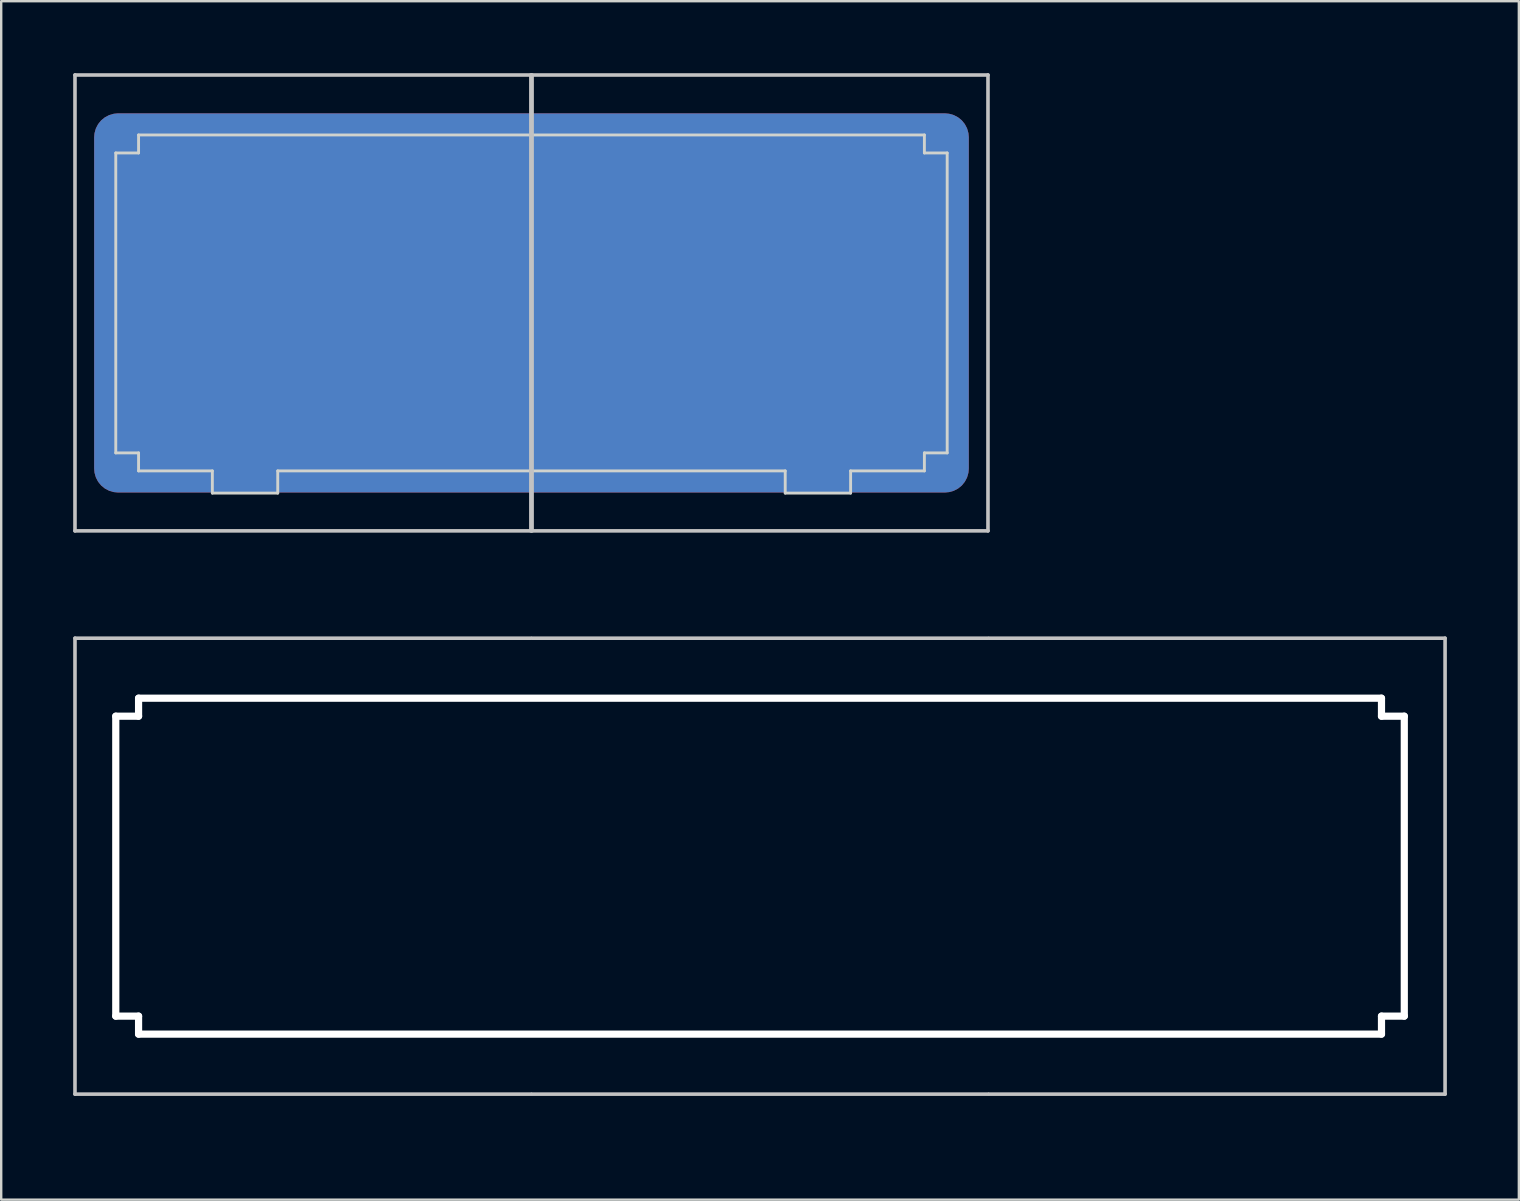
<source format=kicad_pcb>
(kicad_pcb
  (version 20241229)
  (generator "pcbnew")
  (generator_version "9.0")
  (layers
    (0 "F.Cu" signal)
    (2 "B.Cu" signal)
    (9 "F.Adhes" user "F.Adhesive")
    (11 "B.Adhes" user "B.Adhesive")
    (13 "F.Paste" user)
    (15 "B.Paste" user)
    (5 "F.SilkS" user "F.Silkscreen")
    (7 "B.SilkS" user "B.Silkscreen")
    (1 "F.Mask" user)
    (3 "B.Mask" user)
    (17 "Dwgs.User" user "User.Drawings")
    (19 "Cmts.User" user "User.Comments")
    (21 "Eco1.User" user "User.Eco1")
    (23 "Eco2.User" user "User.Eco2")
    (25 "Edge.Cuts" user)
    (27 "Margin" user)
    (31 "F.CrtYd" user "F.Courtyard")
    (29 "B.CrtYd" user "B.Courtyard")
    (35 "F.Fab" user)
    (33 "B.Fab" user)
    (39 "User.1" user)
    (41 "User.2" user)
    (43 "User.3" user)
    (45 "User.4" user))
  (footprint "MX-Alps_Switch_Cutout-1u_2u"
    (layer "F.Cu")
    (at 19.1 9.575)
    (property "Reference" "MX-Alps_Switch_Cutout-1u_2u" (at 0.25 10.05 0) (layer "Eco2.User") (effects (font (size 1 1) (thickness 0.15))))
    (attr through_hole)
    (fp_line (start -19.025 -9.5) (end -0.025 -9.5) (stroke (width 0.15) (type solid)) (layer "Dwgs.User"))
    (fp_line (start -19.025 9.5) (end -19.025 -9.5) (stroke (width 0.15) (type solid)) (layer "Dwgs.User"))
    (fp_line (start -0.025 -9.5) (end -0.025 9.5) (stroke (width 0.15) (type solid)) (layer "Dwgs.User"))
    (fp_line (start -0.025 9.5) (end -19.025 9.5) (stroke (width 0.15) (type solid)) (layer "Dwgs.User"))
    (fp_line (start 0.025 -9.5) (end 19.025 -9.5) (stroke (width 0.15) (type solid)) (layer "Dwgs.User"))
    (fp_line (start 0.025 9.5) (end 0.025 -9.5) (stroke (width 0.15) (type solid)) (layer "Dwgs.User"))
    (fp_line (start 19.025 -9.5) (end 19.025 9.5) (stroke (width 0.15) (type solid)) (layer "Dwgs.User"))
    (fp_line (start 19.025 9.5) (end 0.025 9.5) (stroke (width 0.15) (type solid)) (layer "Dwgs.User"))
    (fp_line (start -17.325 -6.25) (end -17.325 6.25) (stroke (width 0.12) (type solid)) (layer "Edge.Cuts"))
    (fp_line (start -17.325 -6.25) (end -16.375 -6.25) (stroke (width 0.12) (type solid)) (layer "Edge.Cuts"))
    (fp_line (start -17.325 6.25) (end -16.375 6.25) (stroke (width 0.12) (type solid)) (layer "Edge.Cuts"))
    (fp_line (start -16.375 -7) (end 16.375 -7) (stroke (width 0.12) (type solid)) (layer "Edge.Cuts"))
    (fp_line (start -16.375 -6.25) (end -16.375 -7) (stroke (width 0.12) (type solid)) (layer "Edge.Cuts"))
    (fp_line (start -16.375 6.25) (end -16.375 7) (stroke (width 0.12) (type solid)) (layer "Edge.Cuts"))
    (fp_line (start -16.375 7) (end -13.3 7) (stroke (width 0.12) (type solid)) (layer "Edge.Cuts"))
    (fp_line (start -13.3 7) (end -13.3 7.925) (stroke (width 0.12) (type solid)) (layer "Edge.Cuts"))
    (fp_line (start -13.3 7.925) (end -10.575 7.925) (stroke (width 0.12) (type solid)) (layer "Edge.Cuts"))
    (fp_line (start -10.575 7) (end 10.575 7) (stroke (width 0.12) (type solid)) (layer "Edge.Cuts"))
    (fp_line (start -10.575 7.925) (end -10.575 7) (stroke (width 0.12) (type solid)) (layer "Edge.Cuts"))
    (fp_line (start 10.575 7) (end 10.575 7.925) (stroke (width 0.12) (type solid)) (layer "Edge.Cuts"))
    (fp_line (start 10.575 7.925) (end 13.3 7.925) (stroke (width 0.12) (type solid)) (layer "Edge.Cuts"))
    (fp_line (start 13.3 7) (end 16.375 7) (stroke (width 0.12) (type solid)) (layer "Edge.Cuts"))
    (fp_line (start 13.3 7.925) (end 13.3 7) (stroke (width 0.12) (type solid)) (layer "Edge.Cuts"))
    (fp_line (start 16.375 -7) (end 16.375 -6.25) (stroke (width 0.12) (type solid)) (layer "Edge.Cuts"))
    (fp_line (start 16.375 -6.25) (end 17.325 -6.25) (stroke (width 0.12) (type solid)) (layer "Edge.Cuts"))
    (fp_line (start 16.375 6.25) (end 17.325 6.25) (stroke (width 0.12) (type solid)) (layer "Edge.Cuts"))
    (fp_line (start 16.375 7) (end 16.375 6.25) (stroke (width 0.12) (type solid)) (layer "Edge.Cuts"))
    (fp_line (start 17.325 -6.25) (end 17.325 6.25) (stroke (width 0.12) (type solid)) (layer "Edge.Cuts"))
    (pad "1" smd roundrect (at 0 0 180) (size 36.45 15.8) (layers "F.Cu" "F.Mask") (roundrect_rratio 0.063))
    (pad "1" smd roundrect (at 0 0 180) (size 36.45 15.8) (layers "B.Cu" "B.Mask") (roundrect_rratio 0.063)))
  (footprint "MX-Alps_Switch_Cutout-3u-wide"
    (layer "F.Cu")
    (at 28.625 33.048)
    (property "Reference" "MX-Alps_Switch_Cutout-3u-wide" (at 0.25 10.05 0) (layer "Eco2.User") (effects (font (size 1 1) (thickness 0.15))))
    (attr through_hole)
    (fp_line (start -28.55 -9.5) (end -9.55 -9.5) (stroke (width 0.15) (type solid)) (layer "Dwgs.User"))
    (fp_line (start -28.55 9.5) (end -28.55 -9.5) (stroke (width 0.15) (type solid)) (layer "Dwgs.User"))
    (fp_line (start -9.55 9.5) (end -28.55 9.5) (stroke (width 0.15) (type solid)) (layer "Dwgs.User"))
    (fp_line (start -9.5 -9.5) (end 9.5 -9.5) (stroke (width 0.15) (type solid)) (layer "Dwgs.User"))
    (fp_line (start 9.5 9.5) (end -9.5 9.5) (stroke (width 0.15) (type solid)) (layer "Dwgs.User"))
    (fp_line (start 9.55 -9.5) (end 28.55 -9.5) (stroke (width 0.15) (type solid)) (layer "Dwgs.User"))
    (fp_line (start 28.55 -9.5) (end 28.55 9.5) (stroke (width 0.15) (type solid)) (layer "Dwgs.User"))
    (fp_line (start 28.55 9.5) (end 9.55 9.5) (stroke (width 0.15) (type solid)) (layer "Dwgs.User"))
    (pad "" np_thru_hole oval (at -26.85 0) (size 0.3 12.8) (drill oval 0.3 12.8) (layers "*.Cu" "*.Mask"))
    (pad "" np_thru_hole oval (at -26.375 -6.25) (size 1.25 0.3) (drill oval 1.25 0.3) (layers "*.Cu" "*.Mask"))
    (pad "" np_thru_hole oval (at -26.375 6.25) (size 1.25 0.3) (drill oval 1.25 0.3) (layers "*.Cu" "*.Mask"))
    (pad "" np_thru_hole oval (at -25.9 -6.625) (size 0.3 1.05) (drill oval 0.3 1.05) (layers "*.Cu" "*.Mask"))
    (pad "" np_thru_hole oval (at -25.9 6.625) (size 0.3 1.05) (drill oval 0.3 1.05) (layers "*.Cu" "*.Mask"))
    (pad "" np_thru_hole oval (at 0 -7) (size 52.1 0.3) (drill oval 52.1 0.3) (layers "*.Cu" "*.Mask"))
    (pad "" np_thru_hole oval (at 0 7) (size 52.1 0.3) (drill oval 52.1 0.3) (layers "*.Cu" "*.Mask"))
    (pad "" np_thru_hole oval (at 25.9 -6.625) (size 0.3 1.05) (drill oval 0.3 1.05) (layers "*.Cu" "*.Mask"))
    (pad "" np_thru_hole oval (at 25.9 6.625) (size 0.3 1.05) (drill oval 0.3 1.05) (layers "*.Cu" "*.Mask"))
    (pad "" np_thru_hole oval (at 26.375 -6.25) (size 1.25 0.3) (drill oval 1.25 0.3) (layers "*.Cu" "*.Mask"))
    (pad "" np_thru_hole oval (at 26.375 6.25) (size 1.25 0.3) (drill oval 1.25 0.3) (layers "*.Cu" "*.Mask"))
    (pad "" np_thru_hole oval (at 26.85 0) (size 0.3 12.8) (drill oval 0.3 12.8) (layers "*.Cu" "*.Mask")))
  (gr_rect
    (start -3 -3)
    (end 60.25 46.947)
    (stroke (width 0.1) (type default))
    (fill no)
    (layer "Edge.Cuts")))
</source>
